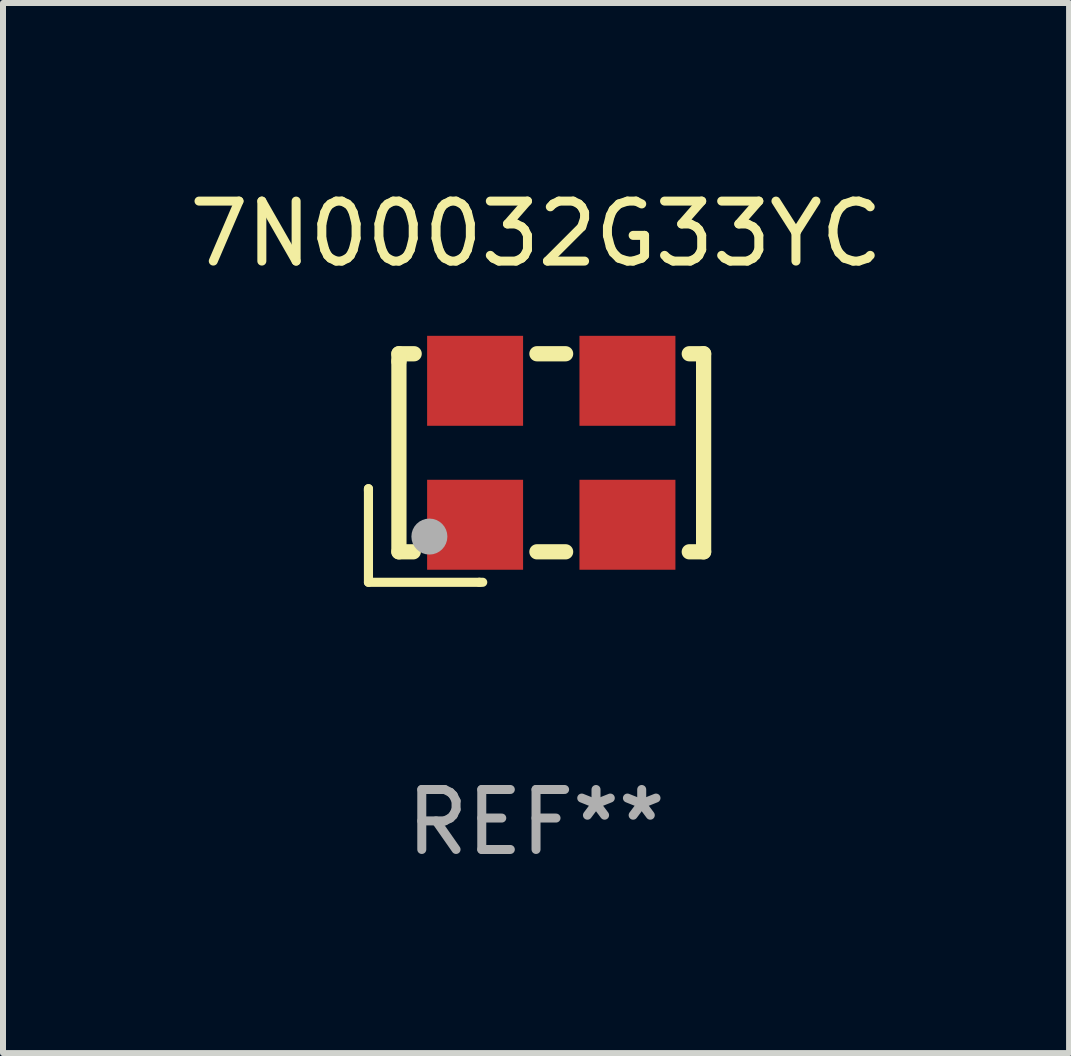
<source format=kicad_pcb>
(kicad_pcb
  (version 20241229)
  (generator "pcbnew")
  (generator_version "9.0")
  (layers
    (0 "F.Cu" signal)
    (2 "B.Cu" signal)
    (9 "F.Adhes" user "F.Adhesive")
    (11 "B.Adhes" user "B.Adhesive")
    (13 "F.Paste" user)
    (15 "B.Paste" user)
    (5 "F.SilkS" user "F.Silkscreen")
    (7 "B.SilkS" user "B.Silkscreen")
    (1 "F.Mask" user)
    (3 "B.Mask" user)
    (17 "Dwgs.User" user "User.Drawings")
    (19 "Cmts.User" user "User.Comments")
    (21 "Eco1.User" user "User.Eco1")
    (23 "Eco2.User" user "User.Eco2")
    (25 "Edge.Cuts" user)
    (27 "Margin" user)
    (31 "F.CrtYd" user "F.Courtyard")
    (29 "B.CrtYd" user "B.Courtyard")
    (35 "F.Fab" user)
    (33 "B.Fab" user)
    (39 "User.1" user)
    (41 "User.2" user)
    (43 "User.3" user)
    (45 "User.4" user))
  (footprint "7N00032G33YC"
    (layer "F.Cu")
    (at 5.887 4.753)
    (property "Reference" "7N00032G33YC" (at 0 -3.905 0) (layer "F.SilkS") (effects (font (size 1 1) (thickness 0.15))))
    (attr through_hole)
    (fp_line (start -2.794 0.345) (end -2.794 1.905) (stroke (width 0.152) (type solid)) (layer "F.SilkS"))
    (fp_line (start -2.794 0.381) (end -2.794 0.345) (stroke (width 0.152) (type solid)) (layer "F.SilkS"))
    (fp_line (start -2.794 1.905) (end -0.945 1.905) (stroke (width 0.152) (type solid)) (layer "F.SilkS"))
    (fp_line (start -2.286 -1.905) (end -2.032 -1.905) (stroke (width 0.254) (type solid)) (layer "F.SilkS"))
    (fp_line (start -2.286 -1.778) (end -2.286 -1.905) (stroke (width 0.254) (type solid)) (layer "F.SilkS"))
    (fp_line (start -2.286 1.397) (end -2.286 -1.778) (stroke (width 0.254) (type solid)) (layer "F.SilkS"))
    (fp_line (start -2.047 1.397) (end -2.286 1.397) (stroke (width 0.254) (type solid)) (layer "F.SilkS"))
    (fp_line (start -0.945 1.905) (end -0.889 1.905) (stroke (width 0.152) (type solid)) (layer "F.SilkS"))
    (fp_line (start 0.015 -1.905) (end 0.493 -1.905) (stroke (width 0.254) (type solid)) (layer "F.SilkS"))
    (fp_line (start 0.493 1.397) (end 0.015 1.397) (stroke (width 0.254) (type solid)) (layer "F.SilkS"))
    (fp_line (start 2.555 -1.905) (end 2.794 -1.905) (stroke (width 0.254) (type solid)) (layer "F.SilkS"))
    (fp_line (start 2.794 -1.905) (end 2.794 1.397) (stroke (width 0.254) (type solid)) (layer "F.SilkS"))
    (fp_line (start 2.794 1.397) (end 2.555 1.397) (stroke (width 0.254) (type solid)) (layer "F.SilkS"))
    (fp_circle (center -2.246 1.346) (end -2.216 1.346) (stroke (width 0.06) (type solid)) (fill no) (layer "F.SilkS"))
    (fp_circle (center -1.778 1.143) (end -1.628 1.143) (stroke (width 0.3) (type solid)) (fill no) (layer "F.Fab"))
    (fp_text user "REF**" (at 0 5.905 0) (layer "F.Fab") (effects (font (size 1 1) (thickness 0.15))))
    (pad "1" smd rect (at -1.016 0.946) (size 1.6 1.5) (layers "F.Cu" "F.Mask" "F.Paste"))
    (pad "2" smd rect (at 1.524 0.946) (size 1.6 1.5) (layers "F.Cu" "F.Mask" "F.Paste"))
    (pad "3" smd rect (at 1.524 -1.454) (size 1.6 1.5) (layers "F.Cu" "F.Mask" "F.Paste"))
    (pad "4" smd rect (at -1.016 -1.454) (size 1.6 1.5) (layers "F.Cu" "F.Mask" "F.Paste")))
  (gr_rect
    (start -3 -3)
    (end 14.774 14.507)
    (stroke (width 0.1) (type default))
    (fill no)
    (layer "Edge.Cuts")))
</source>
